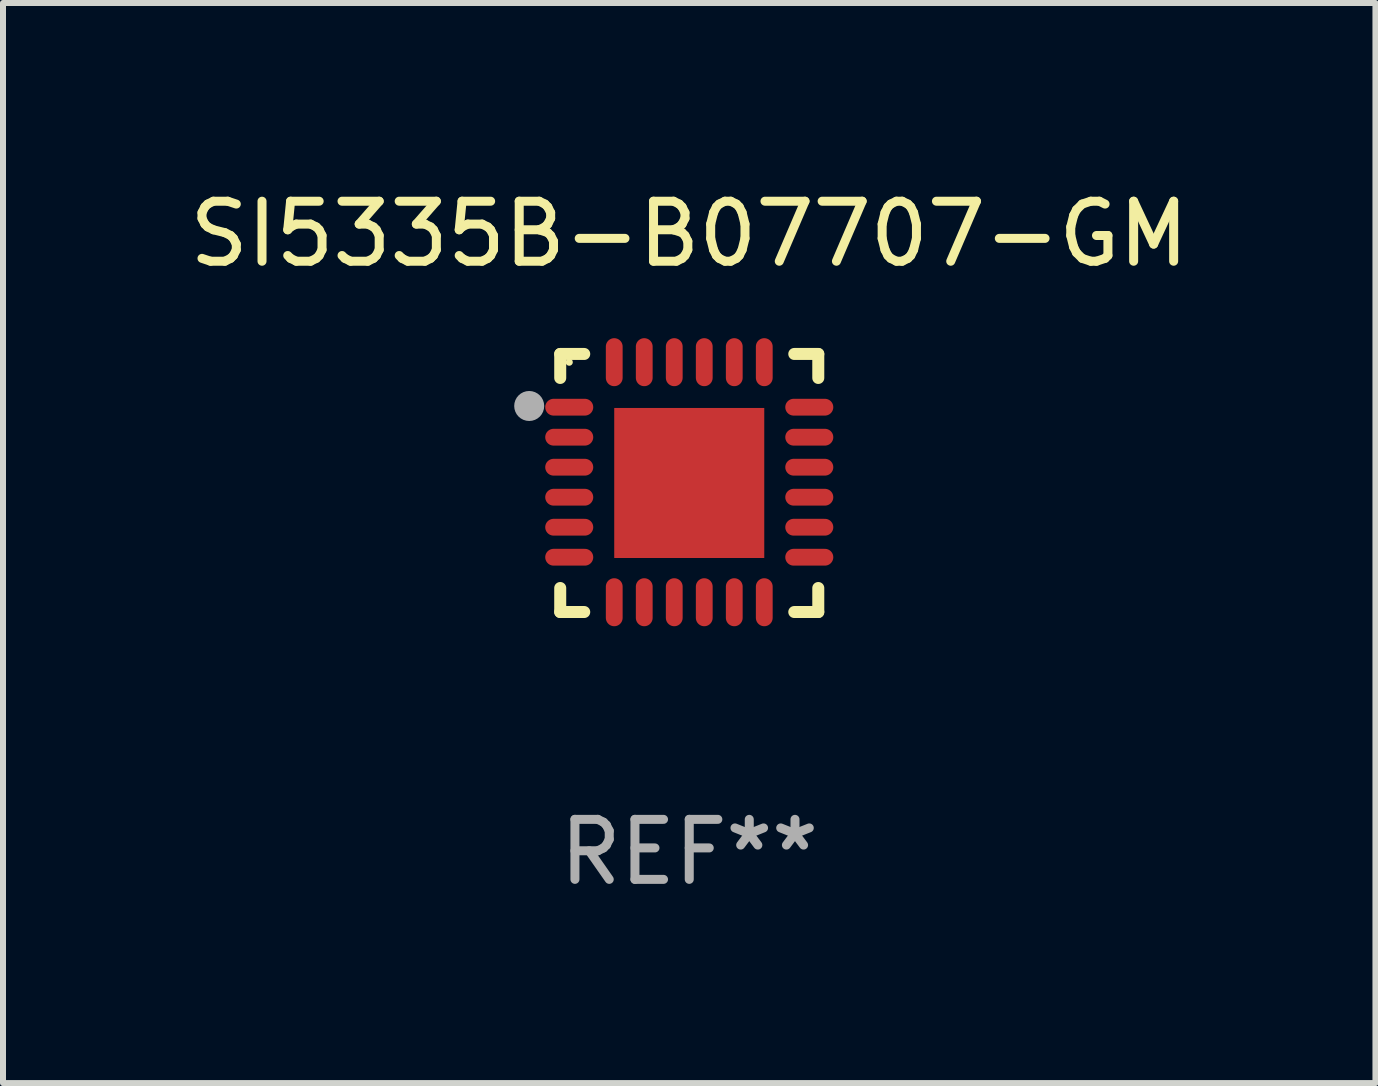
<source format=kicad_pcb>
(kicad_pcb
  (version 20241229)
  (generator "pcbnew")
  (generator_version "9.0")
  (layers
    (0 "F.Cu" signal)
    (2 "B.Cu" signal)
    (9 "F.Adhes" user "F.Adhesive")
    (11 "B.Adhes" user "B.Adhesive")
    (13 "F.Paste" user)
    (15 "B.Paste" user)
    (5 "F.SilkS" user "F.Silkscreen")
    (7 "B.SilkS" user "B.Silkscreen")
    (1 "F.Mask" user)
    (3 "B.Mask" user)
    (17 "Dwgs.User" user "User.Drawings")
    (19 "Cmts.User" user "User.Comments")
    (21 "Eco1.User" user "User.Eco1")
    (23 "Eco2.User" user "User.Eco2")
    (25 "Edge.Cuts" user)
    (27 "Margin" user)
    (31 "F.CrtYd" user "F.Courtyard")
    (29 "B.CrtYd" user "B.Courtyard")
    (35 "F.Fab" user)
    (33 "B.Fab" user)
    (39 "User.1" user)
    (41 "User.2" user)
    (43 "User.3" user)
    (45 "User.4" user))
  (footprint "SI5335B-B07707-GM"
    (layer "F.Cu")
    (at 8.435 4.998)
    (property "Reference" "SI5335B-B07707-GM" (at 0 -4.15 0) (layer "F.SilkS") (effects (font (size 1 1) (thickness 0.15))))
    (attr through_hole)
    (fp_line (start -2.15 -2.15) (end -1.75 -2.15) (stroke (width 0.2) (type solid)) (layer "F.SilkS"))
    (fp_line (start -2.15 -1.75) (end -2.15 -2.15) (stroke (width 0.2) (type solid)) (layer "F.SilkS"))
    (fp_line (start -2.15 2.15) (end -2.15 1.75) (stroke (width 0.2) (type solid)) (layer "F.SilkS"))
    (fp_line (start -1.75 2.15) (end -2.15 2.15) (stroke (width 0.2) (type solid)) (layer "F.SilkS"))
    (fp_line (start 1.75 -2.15) (end 2.15 -2.15) (stroke (width 0.2) (type solid)) (layer "F.SilkS"))
    (fp_line (start 1.75 2.15) (end 2.15 2.15) (stroke (width 0.2) (type solid)) (layer "F.SilkS"))
    (fp_line (start 2.15 -2.15) (end 2.15 -1.75) (stroke (width 0.2) (type solid)) (layer "F.SilkS"))
    (fp_line (start 2.15 2.15) (end 2.15 1.75) (stroke (width 0.2) (type solid)) (layer "F.SilkS"))
    (fp_circle (center -2 -2.013) (end -1.97 -2.013) (stroke (width 0.06) (type solid)) (fill no) (layer "F.SilkS"))
    (fp_circle (center -2.667 -1.283) (end -2.542 -1.283) (stroke (width 0.25) (type solid)) (fill no) (layer "F.Fab"))
    (fp_text user "REF**" (at 0 6.15 0) (layer "F.Fab") (effects (font (size 1 1) (thickness 0.15))))
    (pad "1" smd oval (at -2 -1.263) (size 0.8 0.28) (layers "F.Cu" "F.Mask" "F.Paste"))
    (pad "2" smd oval (at -2 -0.763) (size 0.8 0.28) (layers "F.Cu" "F.Mask" "F.Paste"))
    (pad "3" smd oval (at -2 -0.263) (size 0.8 0.28) (layers "F.Cu" "F.Mask" "F.Paste"))
    (pad "4" smd oval (at -2 0.237) (size 0.8 0.28) (layers "F.Cu" "F.Mask" "F.Paste"))
    (pad "5" smd oval (at -2 0.737) (size 0.8 0.28) (layers "F.Cu" "F.Mask" "F.Paste"))
    (pad "6" smd oval (at -2 1.237) (size 0.8 0.28) (layers "F.Cu" "F.Mask" "F.Paste"))
    (pad "7" smd oval (at -1.25 1.987) (size 0.28 0.8) (layers "F.Cu" "F.Mask" "F.Paste"))
    (pad "8" smd oval (at -0.75 1.987) (size 0.28 0.8) (layers "F.Cu" "F.Mask" "F.Paste"))
    (pad "9" smd oval (at -0.25 1.987) (size 0.28 0.8) (layers "F.Cu" "F.Mask" "F.Paste"))
    (pad "10" smd oval (at 0.25 1.987) (size 0.28 0.8) (layers "F.Cu" "F.Mask" "F.Paste"))
    (pad "11" smd oval (at 0.75 1.987) (size 0.28 0.8) (layers "F.Cu" "F.Mask" "F.Paste"))
    (pad "12" smd oval (at 1.25 1.987) (size 0.28 0.8) (layers "F.Cu" "F.Mask" "F.Paste"))
    (pad "13" smd oval (at 2 1.237) (size 0.8 0.28) (layers "F.Cu" "F.Mask" "F.Paste"))
    (pad "14" smd oval (at 2 0.737) (size 0.8 0.28) (layers "F.Cu" "F.Mask" "F.Paste"))
    (pad "15" smd oval (at 2 0.237) (size 0.8 0.28) (layers "F.Cu" "F.Mask" "F.Paste"))
    (pad "16" smd oval (at 2 -0.263) (size 0.8 0.28) (layers "F.Cu" "F.Mask" "F.Paste"))
    (pad "17" smd oval (at 2 -0.763) (size 0.8 0.28) (layers "F.Cu" "F.Mask" "F.Paste"))
    (pad "18" smd oval (at 2 -1.263) (size 0.8 0.28) (layers "F.Cu" "F.Mask" "F.Paste"))
    (pad "19" smd oval (at 1.25 -2.013) (size 0.28 0.8) (layers "F.Cu" "F.Mask" "F.Paste"))
    (pad "20" smd oval (at 0.75 -2.013) (size 0.28 0.8) (layers "F.Cu" "F.Mask" "F.Paste"))
    (pad "21" smd oval (at 0.25 -2.013) (size 0.28 0.8) (layers "F.Cu" "F.Mask" "F.Paste"))
    (pad "22" smd oval (at -0.25 -2.013) (size 0.28 0.8) (layers "F.Cu" "F.Mask" "F.Paste"))
    (pad "23" smd oval (at -0.75 -2.013) (size 0.28 0.8) (layers "F.Cu" "F.Mask" "F.Paste"))
    (pad "24" smd oval (at -1.25 -2.013) (size 0.28 0.8) (layers "F.Cu" "F.Mask" "F.Paste"))
    (pad "25" smd rect (at -0.000127 -0.00014) (size 2.5 2.5) (layers "F.Cu" "F.Mask" "F.Paste")))
  (gr_rect
    (start -3 -3)
    (end 19.869 14.997)
    (stroke (width 0.1) (type default))
    (fill no)
    (layer "Edge.Cuts")))
</source>
